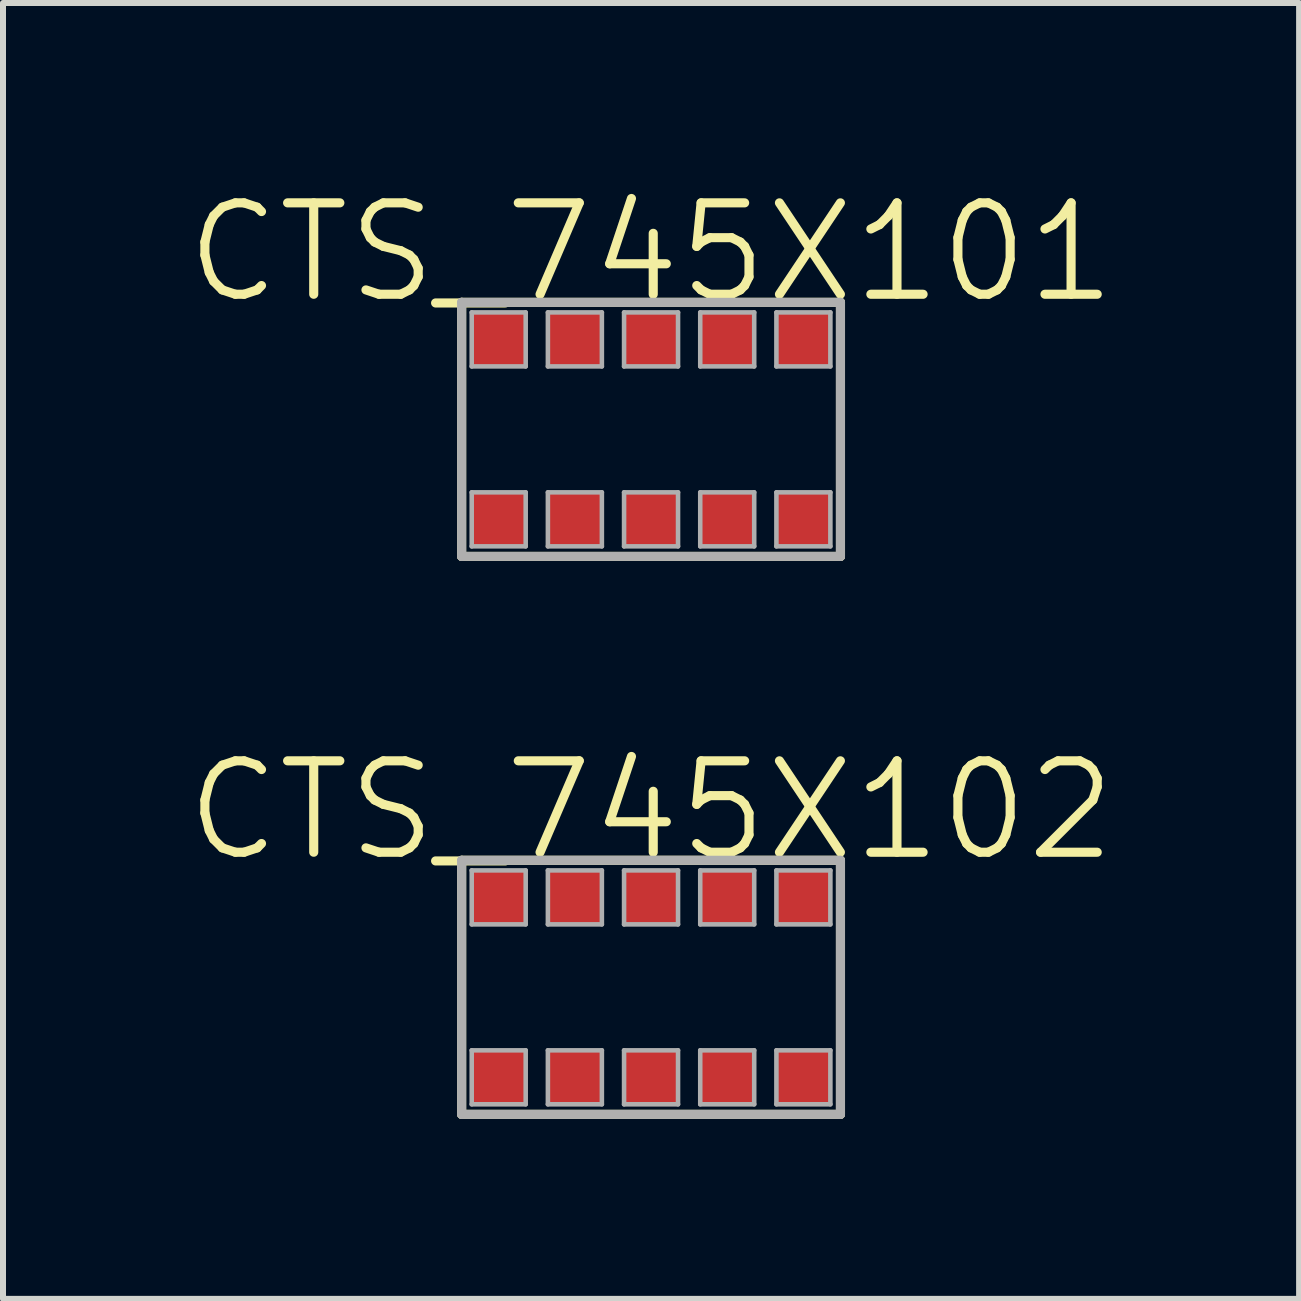
<source format=kicad_pcb>
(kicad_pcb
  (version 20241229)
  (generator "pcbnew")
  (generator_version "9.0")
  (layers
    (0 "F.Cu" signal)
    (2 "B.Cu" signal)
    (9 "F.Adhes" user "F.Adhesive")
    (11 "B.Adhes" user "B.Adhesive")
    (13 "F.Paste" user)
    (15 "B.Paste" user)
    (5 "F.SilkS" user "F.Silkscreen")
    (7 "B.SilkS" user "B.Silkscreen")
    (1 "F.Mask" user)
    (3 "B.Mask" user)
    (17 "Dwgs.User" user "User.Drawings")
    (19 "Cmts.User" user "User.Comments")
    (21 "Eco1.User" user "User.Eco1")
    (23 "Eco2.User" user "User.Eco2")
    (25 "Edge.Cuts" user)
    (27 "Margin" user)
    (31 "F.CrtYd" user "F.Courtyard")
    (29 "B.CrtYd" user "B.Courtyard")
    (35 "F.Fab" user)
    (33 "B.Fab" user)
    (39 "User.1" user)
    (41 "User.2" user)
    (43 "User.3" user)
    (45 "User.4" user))
  (footprint "CTS_745X102"
    (layer "F.Cu")
    (at 7.805 13.412)
    (property "Reference" "CTS_745X102" (at 0 -2.95 0) (layer "F.SilkS") (effects (font (size 1.524 1.524) (thickness 0.152))))
    (attr smd)
    (fp_line (start -3.158 -2.118) (end -3.158 2.118) (stroke (width 0.152) (type solid)) (layer "F.SilkS"))
    (fp_line (start -3.158 -2.118) (end 3.158 -2.118) (stroke (width 0.152) (type solid)) (layer "F.SilkS"))
    (fp_line (start 3.158 2.118) (end -3.158 2.118) (stroke (width 0.152) (type solid)) (layer "F.SilkS"))
    (fp_line (start 3.158 2.118) (end 3.158 -2.118) (stroke (width 0.152) (type solid)) (layer "F.SilkS"))
    (fp_line (start -3.158 -2.118) (end -3.158 2.118) (stroke (width 0.152) (type solid)) (layer "F.Fab"))
    (fp_line (start -3.158 -2.118) (end 3.158 -2.118) (stroke (width 0.152) (type solid)) (layer "F.Fab"))
    (fp_line (start -2.99 -1.95) (end -2.09 -1.95) (stroke (width 0.076) (type solid)) (layer "F.Fab"))
    (fp_line (start -2.99 -1.05) (end -2.99 -1.95) (stroke (width 0.076) (type solid)) (layer "F.Fab"))
    (fp_line (start -2.99 -1.05) (end -2.09 -1.05) (stroke (width 0.076) (type solid)) (layer "F.Fab"))
    (fp_line (start -2.99 1.05) (end -2.09 1.05) (stroke (width 0.076) (type solid)) (layer "F.Fab"))
    (fp_line (start -2.99 1.95) (end -2.99 1.05) (stroke (width 0.076) (type solid)) (layer "F.Fab"))
    (fp_line (start -2.99 1.95) (end -2.09 1.95) (stroke (width 0.076) (type solid)) (layer "F.Fab"))
    (fp_line (start -2.09 -1.05) (end -2.09 -1.95) (stroke (width 0.076) (type solid)) (layer "F.Fab"))
    (fp_line (start -2.09 1.95) (end -2.09 1.05) (stroke (width 0.076) (type solid)) (layer "F.Fab"))
    (fp_line (start -1.72 -1.95) (end -0.82 -1.95) (stroke (width 0.076) (type solid)) (layer "F.Fab"))
    (fp_line (start -1.72 -1.05) (end -1.72 -1.95) (stroke (width 0.076) (type solid)) (layer "F.Fab"))
    (fp_line (start -1.72 -1.05) (end -0.82 -1.05) (stroke (width 0.076) (type solid)) (layer "F.Fab"))
    (fp_line (start -1.72 1.05) (end -0.82 1.05) (stroke (width 0.076) (type solid)) (layer "F.Fab"))
    (fp_line (start -1.72 1.95) (end -1.72 1.05) (stroke (width 0.076) (type solid)) (layer "F.Fab"))
    (fp_line (start -1.72 1.95) (end -0.82 1.95) (stroke (width 0.076) (type solid)) (layer "F.Fab"))
    (fp_line (start -0.82 -1.05) (end -0.82 -1.95) (stroke (width 0.076) (type solid)) (layer "F.Fab"))
    (fp_line (start -0.82 1.95) (end -0.82 1.05) (stroke (width 0.076) (type solid)) (layer "F.Fab"))
    (fp_line (start -0.45 -1.95) (end 0.45 -1.95) (stroke (width 0.076) (type solid)) (layer "F.Fab"))
    (fp_line (start -0.45 -1.05) (end -0.45 -1.95) (stroke (width 0.076) (type solid)) (layer "F.Fab"))
    (fp_line (start -0.45 -1.05) (end 0.45 -1.05) (stroke (width 0.076) (type solid)) (layer "F.Fab"))
    (fp_line (start -0.45 1.05) (end 0.45 1.05) (stroke (width 0.076) (type solid)) (layer "F.Fab"))
    (fp_line (start -0.45 1.95) (end -0.45 1.05) (stroke (width 0.076) (type solid)) (layer "F.Fab"))
    (fp_line (start -0.45 1.95) (end 0.45 1.95) (stroke (width 0.076) (type solid)) (layer "F.Fab"))
    (fp_line (start 0.45 -1.05) (end 0.45 -1.95) (stroke (width 0.076) (type solid)) (layer "F.Fab"))
    (fp_line (start 0.45 1.95) (end 0.45 1.05) (stroke (width 0.076) (type solid)) (layer "F.Fab"))
    (fp_line (start 0.82 -1.95) (end 1.72 -1.95) (stroke (width 0.076) (type solid)) (layer "F.Fab"))
    (fp_line (start 0.82 -1.05) (end 0.82 -1.95) (stroke (width 0.076) (type solid)) (layer "F.Fab"))
    (fp_line (start 0.82 -1.05) (end 1.72 -1.05) (stroke (width 0.076) (type solid)) (layer "F.Fab"))
    (fp_line (start 0.82 1.05) (end 1.72 1.05) (stroke (width 0.076) (type solid)) (layer "F.Fab"))
    (fp_line (start 0.82 1.95) (end 0.82 1.05) (stroke (width 0.076) (type solid)) (layer "F.Fab"))
    (fp_line (start 0.82 1.95) (end 1.72 1.95) (stroke (width 0.076) (type solid)) (layer "F.Fab"))
    (fp_line (start 1.72 -1.05) (end 1.72 -1.95) (stroke (width 0.076) (type solid)) (layer "F.Fab"))
    (fp_line (start 1.72 1.95) (end 1.72 1.05) (stroke (width 0.076) (type solid)) (layer "F.Fab"))
    (fp_line (start 2.09 -1.95) (end 2.99 -1.95) (stroke (width 0.076) (type solid)) (layer "F.Fab"))
    (fp_line (start 2.09 -1.05) (end 2.09 -1.95) (stroke (width 0.076) (type solid)) (layer "F.Fab"))
    (fp_line (start 2.09 -1.05) (end 2.99 -1.05) (stroke (width 0.076) (type solid)) (layer "F.Fab"))
    (fp_line (start 2.09 1.05) (end 2.99 1.05) (stroke (width 0.076) (type solid)) (layer "F.Fab"))
    (fp_line (start 2.09 1.95) (end 2.09 1.05) (stroke (width 0.076) (type solid)) (layer "F.Fab"))
    (fp_line (start 2.09 1.95) (end 2.99 1.95) (stroke (width 0.076) (type solid)) (layer "F.Fab"))
    (fp_line (start 2.99 -1.05) (end 2.99 -1.95) (stroke (width 0.076) (type solid)) (layer "F.Fab"))
    (fp_line (start 2.99 1.95) (end 2.99 1.05) (stroke (width 0.076) (type solid)) (layer "F.Fab"))
    (fp_line (start 3.158 2.118) (end -3.158 2.118) (stroke (width 0.152) (type solid)) (layer "F.Fab"))
    (fp_line (start 3.158 2.118) (end 3.158 -2.118) (stroke (width 0.152) (type solid)) (layer "F.Fab"))
    (pad "1" smd rect (at -2.54 1.5) (size 0.9 0.9) (layers "F.Cu" "F.Mask" "F.Paste"))
    (pad "2" smd rect (at -1.27 1.5) (size 0.9 0.9) (layers "F.Cu" "F.Mask" "F.Paste"))
    (pad "3" smd rect (at 0 1.5) (size 0.9 0.9) (layers "F.Cu" "F.Mask" "F.Paste"))
    (pad "4" smd rect (at 1.27 1.5) (size 0.9 0.9) (layers "F.Cu" "F.Mask" "F.Paste"))
    (pad "5" smd rect (at 2.54 1.5) (size 0.9 0.9) (layers "F.Cu" "F.Mask" "F.Paste"))
    (pad "6" smd rect (at 2.54 -1.5) (size 0.9 0.9) (layers "F.Cu" "F.Mask" "F.Paste"))
    (pad "7" smd rect (at 1.27 -1.5) (size 0.9 0.9) (layers "F.Cu" "F.Mask" "F.Paste"))
    (pad "8" smd rect (at 0 -1.5) (size 0.9 0.9) (layers "F.Cu" "F.Mask" "F.Paste"))
    (pad "9" smd rect (at -1.27 -1.5) (size 0.9 0.9) (layers "F.Cu" "F.Mask" "F.Paste"))
    (pad "10" smd rect (at -2.54 -1.5) (size 0.9 0.9) (layers "F.Cu" "F.Mask" "F.Paste")))
  (footprint "CTS_745X101"
    (layer "F.Cu")
    (at 7.805 4.109)
    (property "Reference" "CTS_745X101" (at 0 -2.95 0) (layer "F.SilkS") (effects (font (size 1.524 1.524) (thickness 0.152))))
    (attr smd)
    (fp_line (start -3.158 -2.118) (end -3.158 2.118) (stroke (width 0.152) (type solid)) (layer "F.SilkS"))
    (fp_line (start -3.158 -2.118) (end 3.158 -2.118) (stroke (width 0.152) (type solid)) (layer "F.SilkS"))
    (fp_line (start 3.158 2.118) (end -3.158 2.118) (stroke (width 0.152) (type solid)) (layer "F.SilkS"))
    (fp_line (start 3.158 2.118) (end 3.158 -2.118) (stroke (width 0.152) (type solid)) (layer "F.SilkS"))
    (fp_line (start -3.158 -2.118) (end -3.158 2.118) (stroke (width 0.152) (type solid)) (layer "F.Fab"))
    (fp_line (start -3.158 -2.118) (end 3.158 -2.118) (stroke (width 0.152) (type solid)) (layer "F.Fab"))
    (fp_line (start -2.99 -1.95) (end -2.09 -1.95) (stroke (width 0.076) (type solid)) (layer "F.Fab"))
    (fp_line (start -2.99 -1.05) (end -2.99 -1.95) (stroke (width 0.076) (type solid)) (layer "F.Fab"))
    (fp_line (start -2.99 -1.05) (end -2.09 -1.05) (stroke (width 0.076) (type solid)) (layer "F.Fab"))
    (fp_line (start -2.99 1.05) (end -2.09 1.05) (stroke (width 0.076) (type solid)) (layer "F.Fab"))
    (fp_line (start -2.99 1.95) (end -2.99 1.05) (stroke (width 0.076) (type solid)) (layer "F.Fab"))
    (fp_line (start -2.99 1.95) (end -2.09 1.95) (stroke (width 0.076) (type solid)) (layer "F.Fab"))
    (fp_line (start -2.09 -1.05) (end -2.09 -1.95) (stroke (width 0.076) (type solid)) (layer "F.Fab"))
    (fp_line (start -2.09 1.95) (end -2.09 1.05) (stroke (width 0.076) (type solid)) (layer "F.Fab"))
    (fp_line (start -1.72 -1.95) (end -0.82 -1.95) (stroke (width 0.076) (type solid)) (layer "F.Fab"))
    (fp_line (start -1.72 -1.05) (end -1.72 -1.95) (stroke (width 0.076) (type solid)) (layer "F.Fab"))
    (fp_line (start -1.72 -1.05) (end -0.82 -1.05) (stroke (width 0.076) (type solid)) (layer "F.Fab"))
    (fp_line (start -1.72 1.05) (end -0.82 1.05) (stroke (width 0.076) (type solid)) (layer "F.Fab"))
    (fp_line (start -1.72 1.95) (end -1.72 1.05) (stroke (width 0.076) (type solid)) (layer "F.Fab"))
    (fp_line (start -1.72 1.95) (end -0.82 1.95) (stroke (width 0.076) (type solid)) (layer "F.Fab"))
    (fp_line (start -0.82 -1.05) (end -0.82 -1.95) (stroke (width 0.076) (type solid)) (layer "F.Fab"))
    (fp_line (start -0.82 1.95) (end -0.82 1.05) (stroke (width 0.076) (type solid)) (layer "F.Fab"))
    (fp_line (start -0.45 -1.95) (end 0.45 -1.95) (stroke (width 0.076) (type solid)) (layer "F.Fab"))
    (fp_line (start -0.45 -1.05) (end -0.45 -1.95) (stroke (width 0.076) (type solid)) (layer "F.Fab"))
    (fp_line (start -0.45 -1.05) (end 0.45 -1.05) (stroke (width 0.076) (type solid)) (layer "F.Fab"))
    (fp_line (start -0.45 1.05) (end 0.45 1.05) (stroke (width 0.076) (type solid)) (layer "F.Fab"))
    (fp_line (start -0.45 1.95) (end -0.45 1.05) (stroke (width 0.076) (type solid)) (layer "F.Fab"))
    (fp_line (start -0.45 1.95) (end 0.45 1.95) (stroke (width 0.076) (type solid)) (layer "F.Fab"))
    (fp_line (start 0.45 -1.05) (end 0.45 -1.95) (stroke (width 0.076) (type solid)) (layer "F.Fab"))
    (fp_line (start 0.45 1.95) (end 0.45 1.05) (stroke (width 0.076) (type solid)) (layer "F.Fab"))
    (fp_line (start 0.82 -1.95) (end 1.72 -1.95) (stroke (width 0.076) (type solid)) (layer "F.Fab"))
    (fp_line (start 0.82 -1.05) (end 0.82 -1.95) (stroke (width 0.076) (type solid)) (layer "F.Fab"))
    (fp_line (start 0.82 -1.05) (end 1.72 -1.05) (stroke (width 0.076) (type solid)) (layer "F.Fab"))
    (fp_line (start 0.82 1.05) (end 1.72 1.05) (stroke (width 0.076) (type solid)) (layer "F.Fab"))
    (fp_line (start 0.82 1.95) (end 0.82 1.05) (stroke (width 0.076) (type solid)) (layer "F.Fab"))
    (fp_line (start 0.82 1.95) (end 1.72 1.95) (stroke (width 0.076) (type solid)) (layer "F.Fab"))
    (fp_line (start 1.72 -1.05) (end 1.72 -1.95) (stroke (width 0.076) (type solid)) (layer "F.Fab"))
    (fp_line (start 1.72 1.95) (end 1.72 1.05) (stroke (width 0.076) (type solid)) (layer "F.Fab"))
    (fp_line (start 2.09 -1.95) (end 2.99 -1.95) (stroke (width 0.076) (type solid)) (layer "F.Fab"))
    (fp_line (start 2.09 -1.05) (end 2.09 -1.95) (stroke (width 0.076) (type solid)) (layer "F.Fab"))
    (fp_line (start 2.09 -1.05) (end 2.99 -1.05) (stroke (width 0.076) (type solid)) (layer "F.Fab"))
    (fp_line (start 2.09 1.05) (end 2.99 1.05) (stroke (width 0.076) (type solid)) (layer "F.Fab"))
    (fp_line (start 2.09 1.95) (end 2.09 1.05) (stroke (width 0.076) (type solid)) (layer "F.Fab"))
    (fp_line (start 2.09 1.95) (end 2.99 1.95) (stroke (width 0.076) (type solid)) (layer "F.Fab"))
    (fp_line (start 2.99 -1.05) (end 2.99 -1.95) (stroke (width 0.076) (type solid)) (layer "F.Fab"))
    (fp_line (start 2.99 1.95) (end 2.99 1.05) (stroke (width 0.076) (type solid)) (layer "F.Fab"))
    (fp_line (start 3.158 2.118) (end -3.158 2.118) (stroke (width 0.152) (type solid)) (layer "F.Fab"))
    (fp_line (start 3.158 2.118) (end 3.158 -2.118) (stroke (width 0.152) (type solid)) (layer "F.Fab"))
    (pad "1" smd rect (at -2.54 1.5) (size 0.9 0.9) (layers "F.Cu" "F.Mask" "F.Paste"))
    (pad "2" smd rect (at -1.27 1.5) (size 0.9 0.9) (layers "F.Cu" "F.Mask" "F.Paste"))
    (pad "3" smd rect (at 0 1.5) (size 0.9 0.9) (layers "F.Cu" "F.Mask" "F.Paste"))
    (pad "4" smd rect (at 1.27 1.5) (size 0.9 0.9) (layers "F.Cu" "F.Mask" "F.Paste"))
    (pad "5" smd rect (at 2.54 1.5) (size 0.9 0.9) (layers "F.Cu" "F.Mask" "F.Paste"))
    (pad "6" smd rect (at 2.54 -1.5) (size 0.9 0.9) (layers "F.Cu" "F.Mask" "F.Paste"))
    (pad "7" smd rect (at 1.27 -1.5) (size 0.9 0.9) (layers "F.Cu" "F.Mask" "F.Paste"))
    (pad "8" smd rect (at 0 -1.5) (size 0.9 0.9) (layers "F.Cu" "F.Mask" "F.Paste"))
    (pad "9" smd rect (at -1.27 -1.5) (size 0.9 0.9) (layers "F.Cu" "F.Mask" "F.Paste"))
    (pad "10" smd rect (at -2.54 -1.5) (size 0.9 0.9) (layers "F.Cu" "F.Mask" "F.Paste")))
  (gr_rect
    (start -3 -3)
    (end 18.61 18.606)
    (stroke (width 0.1) (type default))
    (fill no)
    (layer "Edge.Cuts")))
</source>
